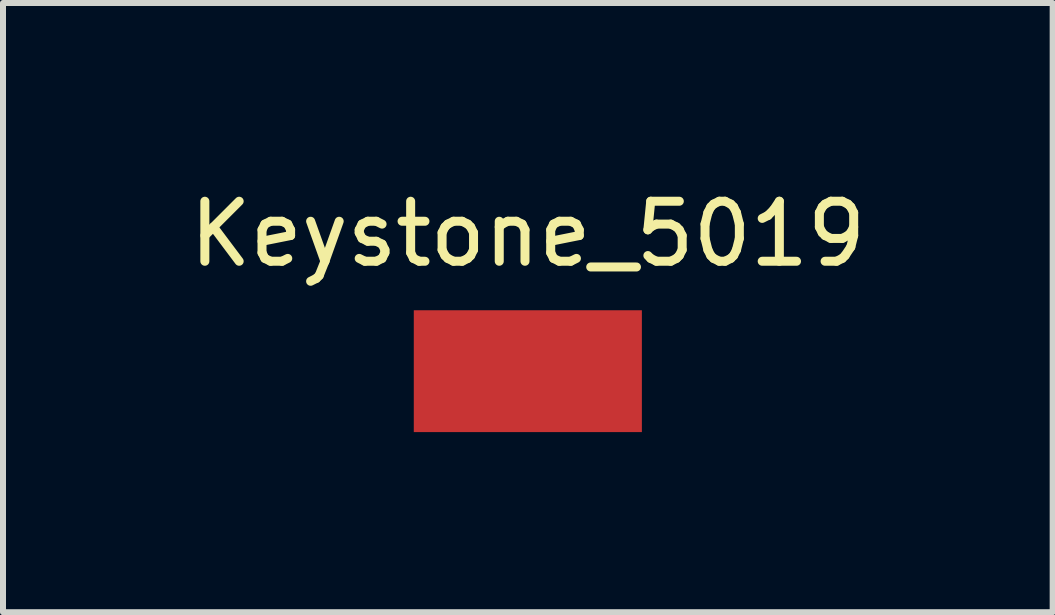
<source format=kicad_pcb>
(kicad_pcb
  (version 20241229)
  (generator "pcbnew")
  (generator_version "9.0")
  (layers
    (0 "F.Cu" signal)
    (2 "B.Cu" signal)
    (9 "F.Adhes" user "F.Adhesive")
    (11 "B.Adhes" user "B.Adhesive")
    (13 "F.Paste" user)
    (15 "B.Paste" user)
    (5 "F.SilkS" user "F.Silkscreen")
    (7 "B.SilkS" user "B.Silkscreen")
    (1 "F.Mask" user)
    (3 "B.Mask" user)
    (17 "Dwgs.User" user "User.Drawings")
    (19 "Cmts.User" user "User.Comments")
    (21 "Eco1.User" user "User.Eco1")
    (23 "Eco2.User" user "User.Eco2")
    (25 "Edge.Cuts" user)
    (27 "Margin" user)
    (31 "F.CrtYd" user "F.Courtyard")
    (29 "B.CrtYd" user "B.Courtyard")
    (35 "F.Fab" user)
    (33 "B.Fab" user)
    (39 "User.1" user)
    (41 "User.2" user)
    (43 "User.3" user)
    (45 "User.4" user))
  (footprint "Keystone_5019"
    (layer "F.Cu")
    (at 5.744 3.134)
    (property "Reference" "Keystone_5019" (at 0 -2.286 0) (layer "F.SilkS") (effects (font (size 1 1) (thickness 0.15))))
    (attr through_hole)
    (pad "1" smd rect (at 0 0) (size 3.8 2.03) (layers "F.Cu" "F.Mask" "F.Paste")))
  (gr_rect
    (start -3 -3)
    (end 14.488 7.149)
    (stroke (width 0.1) (type default))
    (fill no)
    (layer "Edge.Cuts")))
</source>
